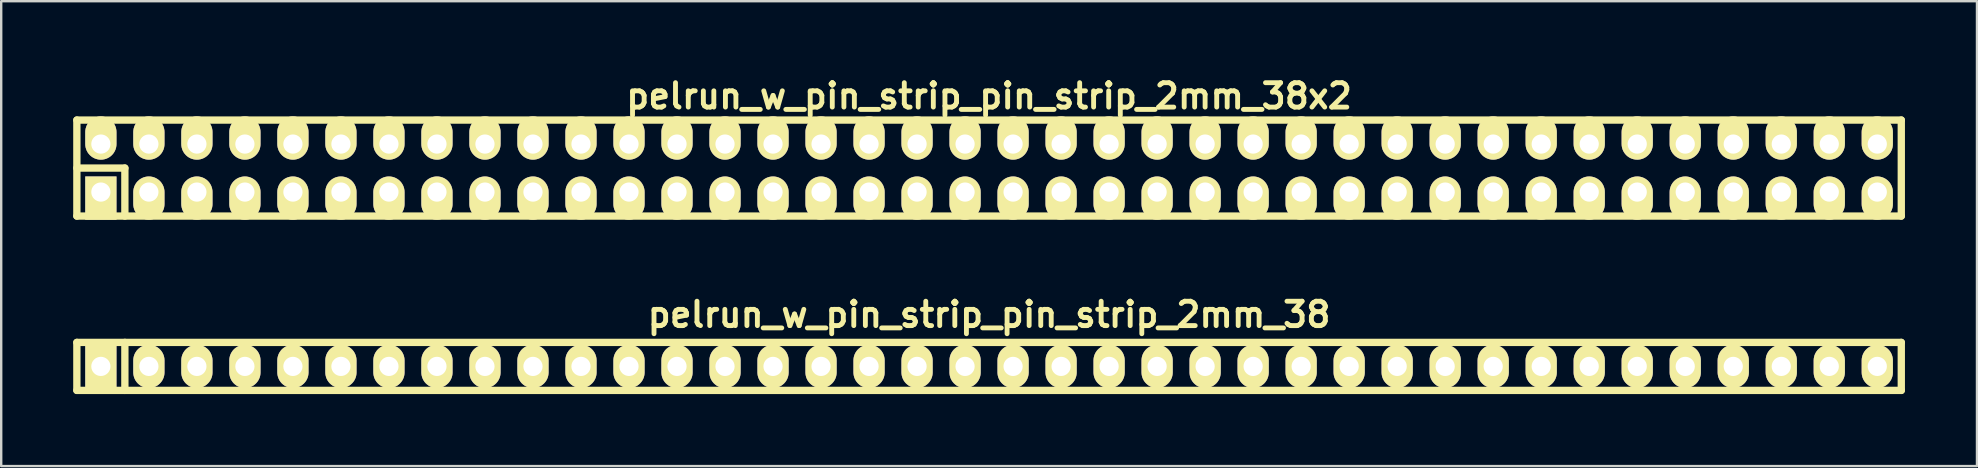
<source format=kicad_pcb>
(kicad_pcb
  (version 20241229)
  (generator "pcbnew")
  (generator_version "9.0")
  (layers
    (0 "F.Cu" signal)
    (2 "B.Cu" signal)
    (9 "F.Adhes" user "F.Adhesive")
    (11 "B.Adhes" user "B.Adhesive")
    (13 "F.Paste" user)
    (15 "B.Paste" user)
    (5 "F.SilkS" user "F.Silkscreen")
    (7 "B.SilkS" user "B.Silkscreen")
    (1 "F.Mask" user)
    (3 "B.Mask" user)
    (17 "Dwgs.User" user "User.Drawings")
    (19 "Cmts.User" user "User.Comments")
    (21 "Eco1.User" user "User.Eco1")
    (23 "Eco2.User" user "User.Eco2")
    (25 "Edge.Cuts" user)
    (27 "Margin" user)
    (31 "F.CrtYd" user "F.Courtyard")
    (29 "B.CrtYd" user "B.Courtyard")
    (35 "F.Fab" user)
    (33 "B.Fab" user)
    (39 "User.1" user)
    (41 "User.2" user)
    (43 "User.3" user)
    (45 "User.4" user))
  (footprint "pelrun_w_pin_strip_pin_strip_2mm_38x2"
    (layer "F.Cu")
    (at 38.152 3.951)
    (property "Reference" "pelrun_w_pin_strip_pin_strip_2mm_38x2" (at 0 -3 0) (layer "F.SilkS") (effects (font (size 1.016 1.016) (thickness 0.203))))
    (attr through_hole)
    (fp_line (start -38 -2) (end 38 -2) (stroke (width 0.305) (type solid)) (layer "F.SilkS"))
    (fp_line (start -38 0) (end -36 0) (stroke (width 0.305) (type solid)) (layer "F.SilkS"))
    (fp_line (start -38 2) (end -38 -2) (stroke (width 0.305) (type solid)) (layer "F.SilkS"))
    (fp_line (start -36 0) (end -36 2) (stroke (width 0.305) (type solid)) (layer "F.SilkS"))
    (fp_line (start 38 -2) (end 38 2) (stroke (width 0.305) (type solid)) (layer "F.SilkS"))
    (fp_line (start 38 2) (end -38 2) (stroke (width 0.305) (type solid)) (layer "F.SilkS"))
    (pad "1" thru_hole rect (at -37 1) (size 1.3 1.8) (drill 0.8 (offset 0 0.25)) (layers "*.Cu" "*.Mask" "F.SilkS"))
    (pad "2" thru_hole oval (at -37 -1) (size 1.3 1.8) (drill 0.8 (offset 0 -0.25)) (layers "*.Cu" "*.Mask" "F.SilkS"))
    (pad "3" thru_hole oval (at -35 1) (size 1.3 1.8) (drill 0.8 (offset 0 0.25)) (layers "*.Cu" "*.Mask" "F.SilkS"))
    (pad "4" thru_hole oval (at -35 -1) (size 1.3 1.8) (drill 0.8 (offset 0 -0.25)) (layers "*.Cu" "*.Mask" "F.SilkS"))
    (pad "5" thru_hole oval (at -33 1) (size 1.3 1.8) (drill 0.8 (offset 0 0.25)) (layers "*.Cu" "*.Mask" "F.SilkS"))
    (pad "6" thru_hole oval (at -33 -1) (size 1.3 1.8) (drill 0.8 (offset 0 -0.25)) (layers "*.Cu" "*.Mask" "F.SilkS"))
    (pad "7" thru_hole oval (at -31 1) (size 1.3 1.8) (drill 0.8 (offset 0 0.25)) (layers "*.Cu" "*.Mask" "F.SilkS"))
    (pad "8" thru_hole oval (at -31 -1) (size 1.3 1.8) (drill 0.8 (offset 0 -0.25)) (layers "*.Cu" "*.Mask" "F.SilkS"))
    (pad "9" thru_hole oval (at -29 1) (size 1.3 1.8) (drill 0.8 (offset 0 0.25)) (layers "*.Cu" "*.Mask" "F.SilkS"))
    (pad "10" thru_hole oval (at -29 -1) (size 1.3 1.8) (drill 0.8 (offset 0 -0.25)) (layers "*.Cu" "*.Mask" "F.SilkS"))
    (pad "11" thru_hole oval (at -27 1) (size 1.3 1.8) (drill 0.8 (offset 0 0.25)) (layers "*.Cu" "*.Mask" "F.SilkS"))
    (pad "12" thru_hole oval (at -27 -1) (size 1.3 1.8) (drill 0.8 (offset 0 -0.25)) (layers "*.Cu" "*.Mask" "F.SilkS"))
    (pad "13" thru_hole oval (at -25 1) (size 1.3 1.8) (drill 0.8 (offset 0 0.25)) (layers "*.Cu" "*.Mask" "F.SilkS"))
    (pad "14" thru_hole oval (at -25 -1) (size 1.3 1.8) (drill 0.8 (offset 0 -0.25)) (layers "*.Cu" "*.Mask" "F.SilkS"))
    (pad "15" thru_hole oval (at -23 1) (size 1.3 1.8) (drill 0.8 (offset 0 0.25)) (layers "*.Cu" "*.Mask" "F.SilkS"))
    (pad "16" thru_hole oval (at -23 -1) (size 1.3 1.8) (drill 0.8 (offset 0 -0.25)) (layers "*.Cu" "*.Mask" "F.SilkS"))
    (pad "17" thru_hole oval (at -21 1) (size 1.3 1.8) (drill 0.8 (offset 0 0.25)) (layers "*.Cu" "*.Mask" "F.SilkS"))
    (pad "18" thru_hole oval (at -21 -1) (size 1.3 1.8) (drill 0.8 (offset 0 -0.25)) (layers "*.Cu" "*.Mask" "F.SilkS"))
    (pad "19" thru_hole oval (at -19 1) (size 1.3 1.8) (drill 0.8 (offset 0 0.25)) (layers "*.Cu" "*.Mask" "F.SilkS"))
    (pad "20" thru_hole oval (at -19 -1) (size 1.3 1.8) (drill 0.8 (offset 0 -0.25)) (layers "*.Cu" "*.Mask" "F.SilkS"))
    (pad "21" thru_hole oval (at -17 1) (size 1.3 1.8) (drill 0.8 (offset 0 0.25)) (layers "*.Cu" "*.Mask" "F.SilkS"))
    (pad "22" thru_hole oval (at -17 -1) (size 1.3 1.8) (drill 0.8 (offset 0 -0.25)) (layers "*.Cu" "*.Mask" "F.SilkS"))
    (pad "23" thru_hole oval (at -15 1) (size 1.3 1.8) (drill 0.8 (offset 0 0.25)) (layers "*.Cu" "*.Mask" "F.SilkS"))
    (pad "24" thru_hole oval (at -15 -1) (size 1.3 1.8) (drill 0.8 (offset 0 -0.25)) (layers "*.Cu" "*.Mask" "F.SilkS"))
    (pad "25" thru_hole oval (at -13 1) (size 1.3 1.8) (drill 0.8 (offset 0 0.25)) (layers "*.Cu" "*.Mask" "F.SilkS"))
    (pad "26" thru_hole oval (at -13 -1) (size 1.3 1.8) (drill 0.8 (offset 0 -0.25)) (layers "*.Cu" "*.Mask" "F.SilkS"))
    (pad "27" thru_hole oval (at -11 1) (size 1.3 1.8) (drill 0.8 (offset 0 0.25)) (layers "*.Cu" "*.Mask" "F.SilkS"))
    (pad "28" thru_hole oval (at -11 -1) (size 1.3 1.8) (drill 0.8 (offset 0 -0.25)) (layers "*.Cu" "*.Mask" "F.SilkS"))
    (pad "29" thru_hole oval (at -9 1) (size 1.3 1.8) (drill 0.8 (offset 0 0.25)) (layers "*.Cu" "*.Mask" "F.SilkS"))
    (pad "30" thru_hole oval (at -9 -1) (size 1.3 1.8) (drill 0.8 (offset 0 -0.25)) (layers "*.Cu" "*.Mask" "F.SilkS"))
    (pad "31" thru_hole oval (at -7 1) (size 1.3 1.8) (drill 0.8 (offset 0 0.25)) (layers "*.Cu" "*.Mask" "F.SilkS"))
    (pad "32" thru_hole oval (at -7 -1) (size 1.3 1.8) (drill 0.8 (offset 0 -0.25)) (layers "*.Cu" "*.Mask" "F.SilkS"))
    (pad "33" thru_hole oval (at -5 1) (size 1.3 1.8) (drill 0.8 (offset 0 0.25)) (layers "*.Cu" "*.Mask" "F.SilkS"))
    (pad "34" thru_hole oval (at -5 -1) (size 1.3 1.8) (drill 0.8 (offset 0 -0.25)) (layers "*.Cu" "*.Mask" "F.SilkS"))
    (pad "35" thru_hole oval (at -3 1) (size 1.3 1.8) (drill 0.8 (offset 0 0.25)) (layers "*.Cu" "*.Mask" "F.SilkS"))
    (pad "36" thru_hole oval (at -3 -1) (size 1.3 1.8) (drill 0.8 (offset 0 -0.25)) (layers "*.Cu" "*.Mask" "F.SilkS"))
    (pad "37" thru_hole oval (at -1 1) (size 1.3 1.8) (drill 0.8 (offset 0 0.25)) (layers "*.Cu" "*.Mask" "F.SilkS"))
    (pad "38" thru_hole oval (at -1 -1) (size 1.3 1.8) (drill 0.8 (offset 0 -0.25)) (layers "*.Cu" "*.Mask" "F.SilkS"))
    (pad "39" thru_hole oval (at 1 1) (size 1.3 1.8) (drill 0.8 (offset 0 0.25)) (layers "*.Cu" "*.Mask" "F.SilkS"))
    (pad "40" thru_hole oval (at 1 -1) (size 1.3 1.8) (drill 0.8 (offset 0 -0.25)) (layers "*.Cu" "*.Mask" "F.SilkS"))
    (pad "41" thru_hole oval (at 3 1) (size 1.3 1.8) (drill 0.8 (offset 0 0.25)) (layers "*.Cu" "*.Mask" "F.SilkS"))
    (pad "42" thru_hole oval (at 3 -1) (size 1.3 1.8) (drill 0.8 (offset 0 -0.25)) (layers "*.Cu" "*.Mask" "F.SilkS"))
    (pad "43" thru_hole oval (at 5 1) (size 1.3 1.8) (drill 0.8 (offset 0 0.25)) (layers "*.Cu" "*.Mask" "F.SilkS"))
    (pad "44" thru_hole oval (at 5 -1) (size 1.3 1.8) (drill 0.8 (offset 0 -0.25)) (layers "*.Cu" "*.Mask" "F.SilkS"))
    (pad "45" thru_hole oval (at 7 1) (size 1.3 1.8) (drill 0.8 (offset 0 0.25)) (layers "*.Cu" "*.Mask" "F.SilkS"))
    (pad "46" thru_hole oval (at 7 -1) (size 1.3 1.8) (drill 0.8 (offset 0 -0.25)) (layers "*.Cu" "*.Mask" "F.SilkS"))
    (pad "47" thru_hole oval (at 9 1) (size 1.3 1.8) (drill 0.8 (offset 0 0.25)) (layers "*.Cu" "*.Mask" "F.SilkS"))
    (pad "48" thru_hole oval (at 9 -1) (size 1.3 1.8) (drill 0.8 (offset 0 -0.25)) (layers "*.Cu" "*.Mask" "F.SilkS"))
    (pad "49" thru_hole oval (at 11 1) (size 1.3 1.8) (drill 0.8 (offset 0 0.25)) (layers "*.Cu" "*.Mask" "F.SilkS"))
    (pad "50" thru_hole oval (at 11 -1) (size 1.3 1.8) (drill 0.8 (offset 0 -0.25)) (layers "*.Cu" "*.Mask" "F.SilkS"))
    (pad "51" thru_hole oval (at 13 1) (size 1.3 1.8) (drill 0.8 (offset 0 0.25)) (layers "*.Cu" "*.Mask" "F.SilkS"))
    (pad "52" thru_hole oval (at 13 -1) (size 1.3 1.8) (drill 0.8 (offset 0 -0.25)) (layers "*.Cu" "*.Mask" "F.SilkS"))
    (pad "53" thru_hole oval (at 15 1) (size 1.3 1.8) (drill 0.8 (offset 0 0.25)) (layers "*.Cu" "*.Mask" "F.SilkS"))
    (pad "54" thru_hole oval (at 15 -1) (size 1.3 1.8) (drill 0.8 (offset 0 -0.25)) (layers "*.Cu" "*.Mask" "F.SilkS"))
    (pad "55" thru_hole oval (at 17 1) (size 1.3 1.8) (drill 0.8 (offset 0 0.25)) (layers "*.Cu" "*.Mask" "F.SilkS"))
    (pad "56" thru_hole oval (at 17 -1) (size 1.3 1.8) (drill 0.8 (offset 0 -0.25)) (layers "*.Cu" "*.Mask" "F.SilkS"))
    (pad "57" thru_hole oval (at 19 1) (size 1.3 1.8) (drill 0.8 (offset 0 0.25)) (layers "*.Cu" "*.Mask" "F.SilkS"))
    (pad "58" thru_hole oval (at 19 -1) (size 1.3 1.8) (drill 0.8 (offset 0 -0.25)) (layers "*.Cu" "*.Mask" "F.SilkS"))
    (pad "59" thru_hole oval (at 21 1) (size 1.3 1.8) (drill 0.8 (offset 0 0.25)) (layers "*.Cu" "*.Mask" "F.SilkS"))
    (pad "60" thru_hole oval (at 21 -1) (size 1.3 1.8) (drill 0.8 (offset 0 -0.25)) (layers "*.Cu" "*.Mask" "F.SilkS"))
    (pad "61" thru_hole oval (at 23 1) (size 1.3 1.8) (drill 0.8 (offset 0 0.25)) (layers "*.Cu" "*.Mask" "F.SilkS"))
    (pad "62" thru_hole oval (at 23 -1) (size 1.3 1.8) (drill 0.8 (offset 0 -0.25)) (layers "*.Cu" "*.Mask" "F.SilkS"))
    (pad "63" thru_hole oval (at 25 1) (size 1.3 1.8) (drill 0.8 (offset 0 0.25)) (layers "*.Cu" "*.Mask" "F.SilkS"))
    (pad "64" thru_hole oval (at 25 -1) (size 1.3 1.8) (drill 0.8 (offset 0 -0.25)) (layers "*.Cu" "*.Mask" "F.SilkS"))
    (pad "65" thru_hole oval (at 27 1) (size 1.3 1.8) (drill 0.8 (offset 0 0.25)) (layers "*.Cu" "*.Mask" "F.SilkS"))
    (pad "66" thru_hole oval (at 27 -1) (size 1.3 1.8) (drill 0.8 (offset 0 -0.25)) (layers "*.Cu" "*.Mask" "F.SilkS"))
    (pad "67" thru_hole oval (at 29 1) (size 1.3 1.8) (drill 0.8 (offset 0 0.25)) (layers "*.Cu" "*.Mask" "F.SilkS"))
    (pad "68" thru_hole oval (at 29 -1) (size 1.3 1.8) (drill 0.8 (offset 0 -0.25)) (layers "*.Cu" "*.Mask" "F.SilkS"))
    (pad "69" thru_hole oval (at 31 1) (size 1.3 1.8) (drill 0.8 (offset 0 0.25)) (layers "*.Cu" "*.Mask" "F.SilkS"))
    (pad "70" thru_hole oval (at 31 -1) (size 1.3 1.8) (drill 0.8 (offset 0 -0.25)) (layers "*.Cu" "*.Mask" "F.SilkS"))
    (pad "71" thru_hole oval (at 33 1) (size 1.3 1.8) (drill 0.8 (offset 0 0.25)) (layers "*.Cu" "*.Mask" "F.SilkS"))
    (pad "72" thru_hole oval (at 33 -1) (size 1.3 1.8) (drill 0.8 (offset 0 -0.25)) (layers "*.Cu" "*.Mask" "F.SilkS"))
    (pad "73" thru_hole oval (at 35 1) (size 1.3 1.8) (drill 0.8 (offset 0 0.25)) (layers "*.Cu" "*.Mask" "F.SilkS"))
    (pad "74" thru_hole oval (at 35 -1) (size 1.3 1.8) (drill 0.8 (offset 0 -0.25)) (layers "*.Cu" "*.Mask" "F.SilkS"))
    (pad "75" thru_hole oval (at 37 1) (size 1.3 1.8) (drill 0.8 (offset 0 0.25)) (layers "*.Cu" "*.Mask" "F.SilkS"))
    (pad "76" thru_hole oval (at 37 -1) (size 1.3 1.8) (drill 0.8 (offset 0 -0.25)) (layers "*.Cu" "*.Mask" "F.SilkS")))
  (footprint "pelrun_w_pin_strip_pin_strip_2mm_38"
    (layer "F.Cu")
    (at 38.152 12.213)
    (property "Reference" "pelrun_w_pin_strip_pin_strip_2mm_38" (at 0 -2.159 0) (layer "F.SilkS") (effects (font (size 1.016 1.016) (thickness 0.203))))
    (attr through_hole)
    (fp_line (start -38 -1) (end 38 -1) (stroke (width 0.305) (type solid)) (layer "F.SilkS"))
    (fp_line (start -38 1) (end -38 -1) (stroke (width 0.305) (type solid)) (layer "F.SilkS"))
    (fp_line (start -36 -1) (end -36 1) (stroke (width 0.305) (type solid)) (layer "F.SilkS"))
    (fp_line (start 38 -1) (end 38 1) (stroke (width 0.305) (type solid)) (layer "F.SilkS"))
    (fp_line (start 38 1) (end -38 1) (stroke (width 0.305) (type solid)) (layer "F.SilkS"))
    (pad "1" thru_hole rect (at -37 0) (size 1.3 1.8) (drill 0.8) (layers "*.Cu" "*.Mask" "F.SilkS"))
    (pad "2" thru_hole oval (at -35 0) (size 1.3 1.8) (drill 0.8) (layers "*.Cu" "*.Mask" "F.SilkS"))
    (pad "3" thru_hole oval (at -33 0) (size 1.3 1.8) (drill 0.8) (layers "*.Cu" "*.Mask" "F.SilkS"))
    (pad "4" thru_hole oval (at -31 0) (size 1.3 1.8) (drill 0.8) (layers "*.Cu" "*.Mask" "F.SilkS"))
    (pad "5" thru_hole oval (at -29 0) (size 1.3 1.8) (drill 0.8) (layers "*.Cu" "*.Mask" "F.SilkS"))
    (pad "6" thru_hole oval (at -27 0) (size 1.3 1.8) (drill 0.8) (layers "*.Cu" "*.Mask" "F.SilkS"))
    (pad "7" thru_hole oval (at -25 0) (size 1.3 1.8) (drill 0.8) (layers "*.Cu" "*.Mask" "F.SilkS"))
    (pad "8" thru_hole oval (at -23 0) (size 1.3 1.8) (drill 0.8) (layers "*.Cu" "*.Mask" "F.SilkS"))
    (pad "9" thru_hole oval (at -21 0) (size 1.3 1.8) (drill 0.8) (layers "*.Cu" "*.Mask" "F.SilkS"))
    (pad "10" thru_hole oval (at -19 0) (size 1.3 1.8) (drill 0.8) (layers "*.Cu" "*.Mask" "F.SilkS"))
    (pad "11" thru_hole oval (at -17 0) (size 1.3 1.8) (drill 0.8) (layers "*.Cu" "*.Mask" "F.SilkS"))
    (pad "12" thru_hole oval (at -15 0) (size 1.3 1.8) (drill 0.8) (layers "*.Cu" "*.Mask" "F.SilkS"))
    (pad "13" thru_hole oval (at -13 0) (size 1.3 1.8) (drill 0.8) (layers "*.Cu" "*.Mask" "F.SilkS"))
    (pad "14" thru_hole oval (at -11 0) (size 1.3 1.8) (drill 0.8) (layers "*.Cu" "*.Mask" "F.SilkS"))
    (pad "15" thru_hole oval (at -9 0) (size 1.3 1.8) (drill 0.8) (layers "*.Cu" "*.Mask" "F.SilkS"))
    (pad "16" thru_hole oval (at -7 0) (size 1.3 1.8) (drill 0.8) (layers "*.Cu" "*.Mask" "F.SilkS"))
    (pad "17" thru_hole oval (at -5 0) (size 1.3 1.8) (drill 0.8) (layers "*.Cu" "*.Mask" "F.SilkS"))
    (pad "18" thru_hole oval (at -3 0) (size 1.3 1.8) (drill 0.8) (layers "*.Cu" "*.Mask" "F.SilkS"))
    (pad "19" thru_hole oval (at -1 0) (size 1.3 1.8) (drill 0.8) (layers "*.Cu" "*.Mask" "F.SilkS"))
    (pad "20" thru_hole oval (at 1 0) (size 1.3 1.8) (drill 0.8) (layers "*.Cu" "*.Mask" "F.SilkS"))
    (pad "21" thru_hole oval (at 3 0) (size 1.3 1.8) (drill 0.8) (layers "*.Cu" "*.Mask" "F.SilkS"))
    (pad "22" thru_hole oval (at 5 0) (size 1.3 1.8) (drill 0.8) (layers "*.Cu" "*.Mask" "F.SilkS"))
    (pad "23" thru_hole oval (at 7 0) (size 1.3 1.8) (drill 0.8) (layers "*.Cu" "*.Mask" "F.SilkS"))
    (pad "24" thru_hole oval (at 9 0) (size 1.3 1.8) (drill 0.8) (layers "*.Cu" "*.Mask" "F.SilkS"))
    (pad "25" thru_hole oval (at 11 0) (size 1.3 1.8) (drill 0.8) (layers "*.Cu" "*.Mask" "F.SilkS"))
    (pad "26" thru_hole oval (at 13 0) (size 1.3 1.8) (drill 0.8) (layers "*.Cu" "*.Mask" "F.SilkS"))
    (pad "27" thru_hole oval (at 15 0) (size 1.3 1.8) (drill 0.8) (layers "*.Cu" "*.Mask" "F.SilkS"))
    (pad "28" thru_hole oval (at 17 0) (size 1.3 1.8) (drill 0.8) (layers "*.Cu" "*.Mask" "F.SilkS"))
    (pad "29" thru_hole oval (at 19 0) (size 1.3 1.8) (drill 0.8) (layers "*.Cu" "*.Mask" "F.SilkS"))
    (pad "30" thru_hole oval (at 21 0) (size 1.3 1.8) (drill 0.8) (layers "*.Cu" "*.Mask" "F.SilkS"))
    (pad "31" thru_hole oval (at 23 0) (size 1.3 1.8) (drill 0.8) (layers "*.Cu" "*.Mask" "F.SilkS"))
    (pad "32" thru_hole oval (at 25 0) (size 1.3 1.8) (drill 0.8) (layers "*.Cu" "*.Mask" "F.SilkS"))
    (pad "33" thru_hole oval (at 27 0) (size 1.3 1.8) (drill 0.8) (layers "*.Cu" "*.Mask" "F.SilkS"))
    (pad "34" thru_hole oval (at 29 0) (size 1.3 1.8) (drill 0.8) (layers "*.Cu" "*.Mask" "F.SilkS"))
    (pad "35" thru_hole oval (at 31 0) (size 1.3 1.8) (drill 0.8) (layers "*.Cu" "*.Mask" "F.SilkS"))
    (pad "36" thru_hole oval (at 33 0) (size 1.3 1.8) (drill 0.8) (layers "*.Cu" "*.Mask" "F.SilkS"))
    (pad "37" thru_hole oval (at 35 0) (size 1.3 1.8) (drill 0.8) (layers "*.Cu" "*.Mask" "F.SilkS"))
    (pad "38" thru_hole oval (at 37 0) (size 1.3 1.8) (drill 0.8) (layers "*.Cu" "*.Mask" "F.SilkS")))
  (gr_rect
    (start -3 -3)
    (end 79.305 16.366)
    (stroke (width 0.1) (type default))
    (fill no)
    (layer "Edge.Cuts")))
</source>
